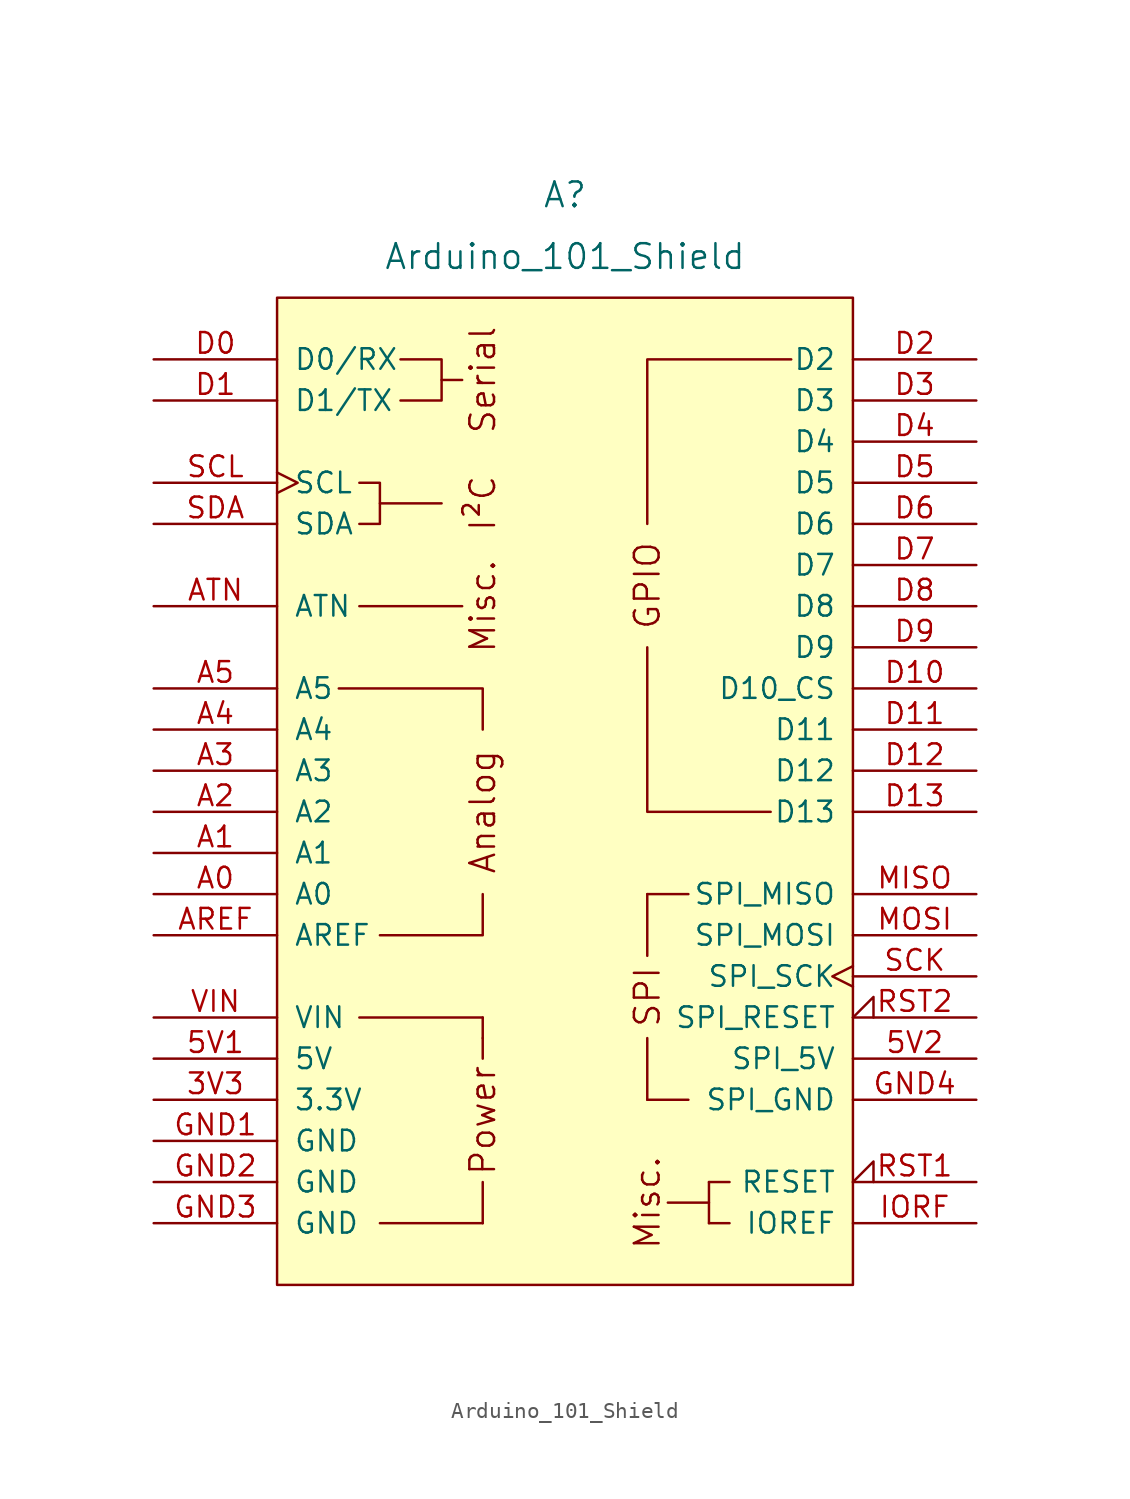
<source format=kicad_sym>
(kicad_symbol_lib
  (version 20220914)
  (generator kicad_symbol_editor)
  (symbol "Arduino_101_Shield"
    (pin_names
      (offset 1.016))
    (property "Reference" "A"
      (at 0 36.83 0)
      (effects (font (size 1.524 1.524))))
    (property "Value" "Arduino_101_Shield"
      (at 0 33.02 0)
      (effects (font (size 1.524 1.524))))
    (symbol "Arduino_101_Shield_0_0"
      (rectangle (start -17.78 30.48) (end 17.78 -30.48) (stroke (width 0) (type default)) (fill (type background)))
      (rectangle (start -12.7 -13.97) (end -5.08 -13.97) (stroke (width 0) (type default)) (fill (type none)))
      (rectangle (start -11.43 -26.67) (end -5.08 -26.67) (stroke (width 0) (type default)) (fill (type none)))
      (polyline (pts (xy -11.43 17.78) (xy -7.62 17.78)) (stroke (width 0) (type default)) (fill (type none)))
      (polyline (pts (xy -7.62 25.4) (xy -6.35 25.4)) (stroke (width 0) (type default)) (fill (type none)))
      (polyline (pts (xy -6.35 11.43) (xy -12.7 11.43)) (stroke (width 0) (type default)) (fill (type none)))
      (polyline (pts (xy -5.08 -26.67) (xy -5.08 -24.13)) (stroke (width 0) (type default)) (fill (type none)))
      (polyline (pts (xy -5.08 -15.24) (xy -5.08 -16.51)) (stroke (width 0) (type default)) (fill (type none)))
      (polyline (pts (xy -5.08 -13.97) (xy -5.08 -15.24)) (stroke (width 0) (type default)) (fill (type none)))
      (polyline (pts (xy -5.08 -6.35) (xy -5.08 -8.89) (xy -11.43 -8.89)) (stroke (width 0) (type default)) (fill (type none)))
      (polyline (pts (xy -5.08 3.81) (xy -5.08 6.35) (xy -13.97 6.35)) (stroke (width 0) (type default)) (fill (type none)))
      (polyline (pts (xy 5.08 8.89) (xy 5.08 -1.27) (xy 12.7 -1.27)) (stroke (width 0) (type default)) (fill (type none)))
      (polyline (pts (xy 5.08 16.51) (xy 5.08 26.67) (xy 13.97 26.67)) (stroke (width 0) (type default)) (fill (type none)))
      (polyline (pts (xy -12.7 19.05) (xy -11.43 19.05) (xy -11.43 16.51) (xy -12.7 16.51)) (stroke (width 0) (type default)) (fill (type none)))
      (polyline (pts (xy -10.16 26.67) (xy -7.62 26.67) (xy -7.62 24.13) (xy -10.16 24.13)) (stroke (width 0) (type default)) (fill (type none)))
      (rectangle (start 5.08 -19.05) (end 5.08 -15.24) (stroke (width 0) (type default)) (fill (type none)))
      (rectangle (start 5.08 -19.05) (end 7.62 -19.05) (stroke (width 0) (type default)) (fill (type none)))
      (rectangle (start 5.08 -10.16) (end 5.08 -6.35) (stroke (width 0) (type default)) (fill (type none)))
      (rectangle (start 7.62 -6.35) (end 5.08 -6.35) (stroke (width 0) (type default)) (fill (type none)))
      (rectangle (start 8.89 -25.4) (end 6.35 -25.4) (stroke (width 0) (type default)) (fill (type none)))
      (rectangle (start 8.89 -24.13) (end 8.89 -26.67) (stroke (width 0) (type default)) (fill (type none)))
      (rectangle (start 10.16 -26.67) (end 8.89 -26.67) (stroke (width 0) (type default)) (fill (type none)))
      (rectangle (start 10.16 -24.13) (end 8.89 -24.13) (stroke (width 0) (type default)) (fill (type none)))
      (text "Analog" (at -5.08 -1.27 900) (effects (font (size 1.524 1.524))))
      (text "I²C" (at -5.08 17.78 900) (effects (font (size 1.524 1.524))))
      (text "Misc." (at -5.08 11.43 900) (effects (font (size 1.524 1.524))))
      (text "Misc." (at 5.08 -25.4 900) (effects (font (size 1.524 1.524))))
      (text "Power" (at -5.08 -20.32 900) (effects (font (size 1.524 1.524))))
      (text "Serial" (at -5.08 25.4 900) (effects (font (size 1.524 1.524))))
      (text "SPI" (at 5.08 -12.7 900) (effects (font (size 1.524 1.524)))))
    (symbol "Arduino_101_Shield_1_0"
      (text "GPIO" (at 5.08 12.7 900) (effects (font (size 1.524 1.524)))))
    (symbol "Arduino_101_Shield_1_1"
      (pin power_out line (at -25.4 -19.05 0) (length 7.62) (name "3.3V" (effects (font (size 1.27 1.27)))) (number "3V3" (effects (font (size 1.27 1.27)))))
      (pin power_in line (at -25.4 -16.51 0) (length 7.62) (name "5V" (effects (font (size 1.27 1.27)))) (number "5V1" (effects (font (size 1.27 1.27)))))
      (pin power_in line (at 25.4 -16.51 180) (length 7.62) (name "SPI_5V" (effects (font (size 1.27 1.27)))) (number "5V2" (effects (font (size 1.27 1.27)))))
      (pin bidirectional line (at -25.4 -6.35 0) (length 7.62) (name "A0" (effects (font (size 1.27 1.27)))) (number "A0" (effects (font (size 1.27 1.27)))))
      (pin bidirectional line (at -25.4 -3.81 0) (length 7.62) (name "A1" (effects (font (size 1.27 1.27)))) (number "A1" (effects (font (size 1.27 1.27)))))
      (pin bidirectional line (at -25.4 -1.27 0) (length 7.62) (name "A2" (effects (font (size 1.27 1.27)))) (number "A2" (effects (font (size 1.27 1.27)))))
      (pin bidirectional line (at -25.4 1.27 0) (length 7.62) (name "A3" (effects (font (size 1.27 1.27)))) (number "A3" (effects (font (size 1.27 1.27)))))
      (pin bidirectional line (at -25.4 3.81 0) (length 7.62) (name "A4" (effects (font (size 1.27 1.27)))) (number "A4" (effects (font (size 1.27 1.27)))))
      (pin bidirectional line (at -25.4 6.35 0) (length 7.62) (name "A5" (effects (font (size 1.27 1.27)))) (number "A5" (effects (font (size 1.27 1.27)))))
      (pin input line (at -25.4 -8.89 0) (length 7.62) (name "AREF" (effects (font (size 1.27 1.27)))) (number "AREF" (effects (font (size 1.27 1.27)))))
      (pin bidirectional line (at -25.4 11.43 0) (length 7.62) (name "ATN" (effects (font (size 1.27 1.27)))) (number "ATN" (effects (font (size 1.27 1.27)))))
      (pin bidirectional line (at -25.4 26.67 0) (length 7.62) (name "D0/RX" (effects (font (size 1.27 1.27)))) (number "D0" (effects (font (size 1.27 1.27)))))
      (pin bidirectional line (at -25.4 24.13 0) (length 7.62) (name "D1/TX" (effects (font (size 1.27 1.27)))) (number "D1" (effects (font (size 1.27 1.27)))))
      (pin bidirectional line (at 25.4 6.35 180) (length 7.62) (name "D10_CS" (effects (font (size 1.27 1.27)))) (number "D10" (effects (font (size 1.27 1.27)))))
      (pin bidirectional line (at 25.4 3.81 180) (length 7.62) (name "D11" (effects (font (size 1.27 1.27)))) (number "D11" (effects (font (size 1.27 1.27)))))
      (pin bidirectional line (at 25.4 1.27 180) (length 7.62) (name "D12" (effects (font (size 1.27 1.27)))) (number "D12" (effects (font (size 1.27 1.27)))))
      (pin bidirectional line (at 25.4 -1.27 180) (length 7.62) (name "D13" (effects (font (size 1.27 1.27)))) (number "D13" (effects (font (size 1.27 1.27)))))
      (pin bidirectional line (at 25.4 26.67 180) (length 7.62) (name "D2" (effects (font (size 1.27 1.27)))) (number "D2" (effects (font (size 1.27 1.27)))))
      (pin bidirectional line (at 25.4 24.13 180) (length 7.62) (name "D3" (effects (font (size 1.27 1.27)))) (number "D3" (effects (font (size 1.27 1.27)))))
      (pin bidirectional line (at 25.4 21.59 180) (length 7.62) (name "D4" (effects (font (size 1.27 1.27)))) (number "D4" (effects (font (size 1.27 1.27)))))
      (pin bidirectional line (at 25.4 19.05 180) (length 7.62) (name "D5" (effects (font (size 1.27 1.27)))) (number "D5" (effects (font (size 1.27 1.27)))))
      (pin bidirectional line (at 25.4 16.51 180) (length 7.62) (name "D6" (effects (font (size 1.27 1.27)))) (number "D6" (effects (font (size 1.27 1.27)))))
      (pin bidirectional line (at 25.4 13.97 180) (length 7.62) (name "D7" (effects (font (size 1.27 1.27)))) (number "D7" (effects (font (size 1.27 1.27)))))
      (pin bidirectional line (at 25.4 11.43 180) (length 7.62) (name "D8" (effects (font (size 1.27 1.27)))) (number "D8" (effects (font (size 1.27 1.27)))))
      (pin bidirectional line (at 25.4 8.89 180) (length 7.62) (name "D9" (effects (font (size 1.27 1.27)))) (number "D9" (effects (font (size 1.27 1.27)))))
      (pin power_in line (at -25.4 -21.59 0) (length 7.62) (name "GND" (effects (font (size 1.27 1.27)))) (number "GND1" (effects (font (size 1.27 1.27)))))
      (pin power_in line (at -25.4 -24.13 0) (length 7.62) (name "GND" (effects (font (size 1.27 1.27)))) (number "GND2" (effects (font (size 1.27 1.27)))))
      (pin power_in line (at -25.4 -26.67 0) (length 7.62) (name "GND" (effects (font (size 1.27 1.27)))) (number "GND3" (effects (font (size 1.27 1.27)))))
      (pin power_in line (at 25.4 -19.05 180) (length 7.62) (name "SPI_GND" (effects (font (size 1.27 1.27)))) (number "GND4" (effects (font (size 1.27 1.27)))))
      (pin output line (at 25.4 -26.67 180) (length 7.62) (name "IOREF" (effects (font (size 1.27 1.27)))) (number "IORF" (effects (font (size 1.27 1.27)))))
      (pin input line (at 25.4 -6.35 180) (length 7.62) (name "SPI_MISO" (effects (font (size 1.27 1.27)))) (number "MISO" (effects (font (size 1.27 1.27)))))
      (pin output line (at 25.4 -8.89 180) (length 7.62) (name "SPI_MOSI" (effects (font (size 1.27 1.27)))) (number "MOSI" (effects (font (size 1.27 1.27)))))
      (pin open_collector input_low (at 25.4 -24.13 180) (length 7.62) (name "RESET" (effects (font (size 1.27 1.27)))) (number "RST1" (effects (font (size 1.27 1.27)))))
      (pin open_collector input_low (at 25.4 -13.97 180) (length 7.62) (name "SPI_RESET" (effects (font (size 1.27 1.27)))) (number "RST2" (effects (font (size 1.27 1.27)))))
      (pin output clock (at 25.4 -11.43 180) (length 7.62) (name "SPI_SCK" (effects (font (size 1.27 1.27)))) (number "SCK" (effects (font (size 1.27 1.27)))))
      (pin bidirectional clock (at -25.4 19.05 0) (length 7.62) (name "SCL" (effects (font (size 1.27 1.27)))) (number "SCL" (effects (font (size 1.27 1.27)))))
      (pin bidirectional line (at -25.4 16.51 0) (length 7.62) (name "SDA" (effects (font (size 1.27 1.27)))) (number "SDA" (effects (font (size 1.27 1.27)))))
      (pin power_in line (at -25.4 -13.97 0) (length 7.62) (name "VIN" (effects (font (size 1.27 1.27)))) (number "VIN" (effects (font (size 1.27 1.27))))))))
</source>
